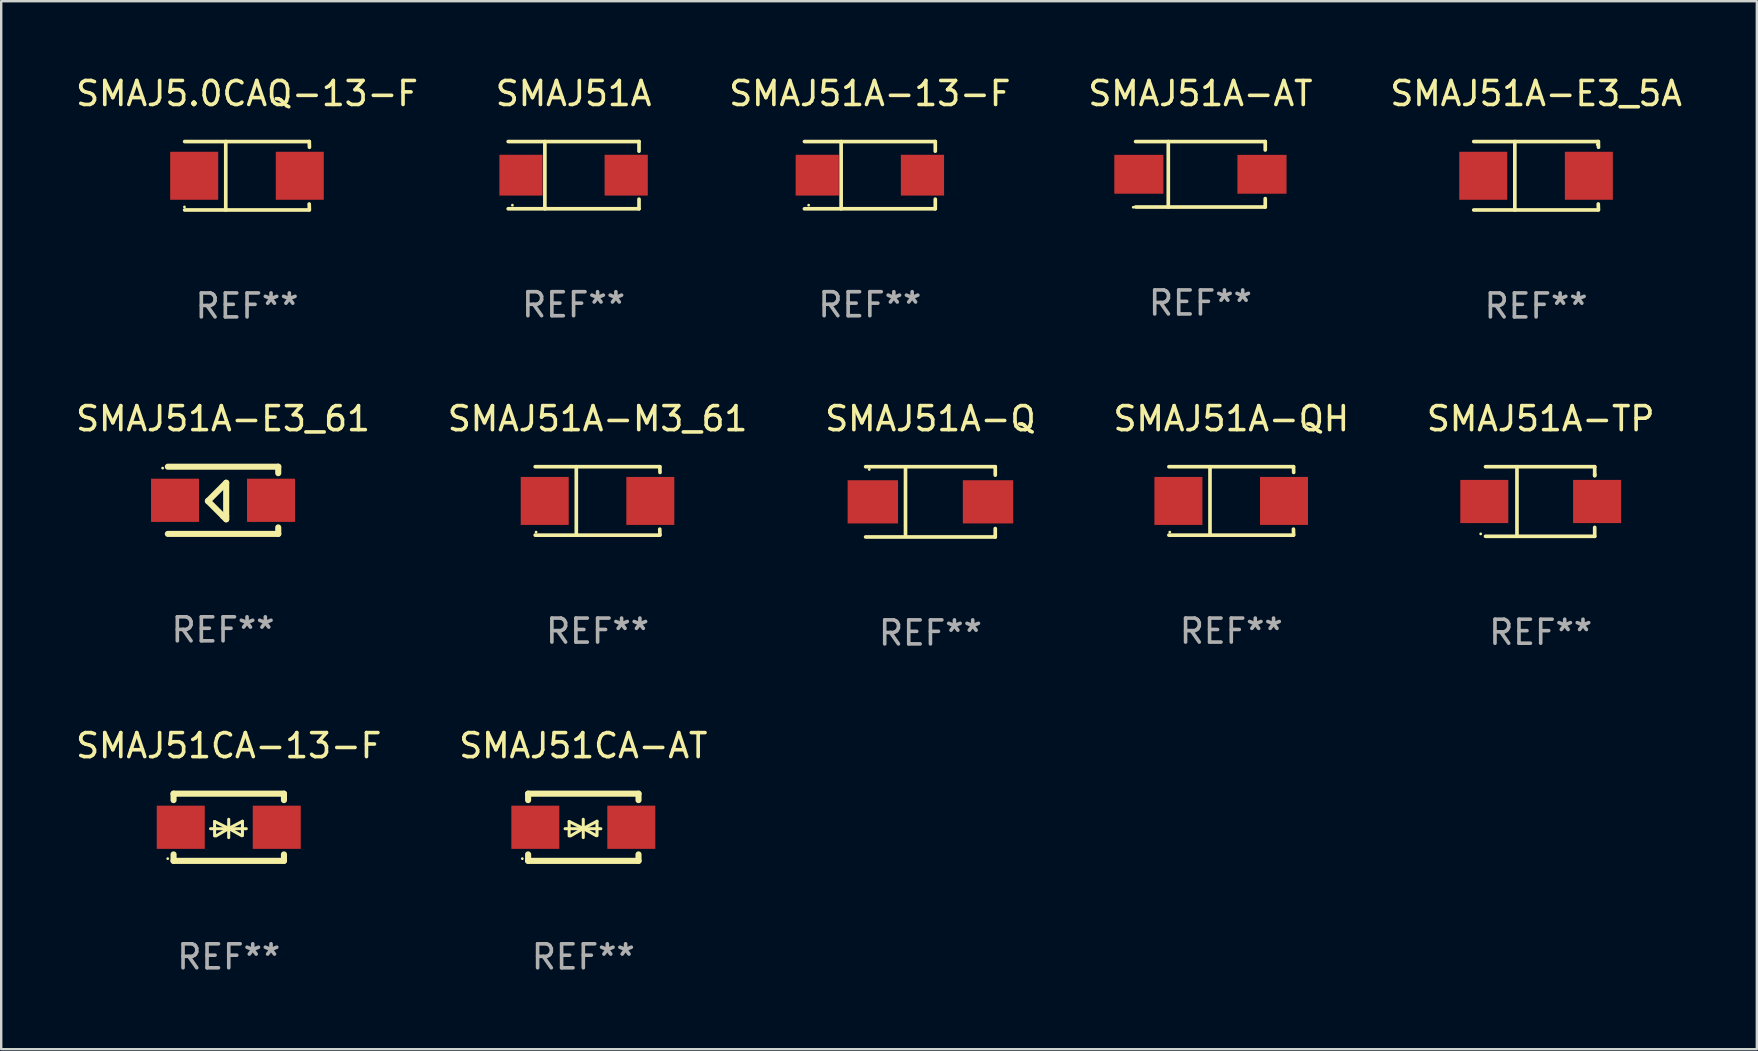
<source format=kicad_pcb>
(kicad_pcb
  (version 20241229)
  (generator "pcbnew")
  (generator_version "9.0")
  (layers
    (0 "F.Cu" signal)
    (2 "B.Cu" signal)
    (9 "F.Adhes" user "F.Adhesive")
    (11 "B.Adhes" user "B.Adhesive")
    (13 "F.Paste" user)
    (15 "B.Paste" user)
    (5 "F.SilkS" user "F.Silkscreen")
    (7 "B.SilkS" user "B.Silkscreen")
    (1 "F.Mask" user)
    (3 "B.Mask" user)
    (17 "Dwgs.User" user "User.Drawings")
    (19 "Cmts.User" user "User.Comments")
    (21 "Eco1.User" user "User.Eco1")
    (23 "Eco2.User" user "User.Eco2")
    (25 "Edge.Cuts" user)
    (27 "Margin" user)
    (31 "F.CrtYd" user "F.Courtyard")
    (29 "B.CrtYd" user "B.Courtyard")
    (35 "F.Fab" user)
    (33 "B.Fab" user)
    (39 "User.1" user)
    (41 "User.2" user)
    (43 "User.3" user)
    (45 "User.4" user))
  (footprint "SMAJ51CA-AT"
    (layer "F.Cu")
    (at 21.256 31.421)
    (property "Reference" "SMAJ51CA-AT" (at 0 -3.4 0) (layer "F.SilkS") (effects (font (size 1 1) (thickness 0.15))))
    (attr through_hole)
    (fp_line (start -2.3 -1.4) (end -2.3 -1.131) (stroke (width 0.254) (type solid)) (layer "F.SilkS"))
    (fp_line (start -2.3 -1.4) (end 2.3 -1.4) (stroke (width 0.254) (type solid)) (layer "F.SilkS"))
    (fp_line (start -2.3 1.131) (end -2.3 1.4) (stroke (width 0.254) (type solid)) (layer "F.SilkS"))
    (fp_line (start -2.3 1.4) (end 2.3 1.4) (stroke (width 0.254) (type solid)) (layer "F.SilkS"))
    (fp_line (start -0.76 0.06) (end 0.73 0.06) (stroke (width 0.127) (type solid)) (layer "F.SilkS"))
    (fp_line (start -0.59 -0.24) (end -0.59 0.36) (stroke (width 0.127) (type solid)) (layer "F.SilkS"))
    (fp_line (start -0.59 -0.24) (end -0.002 0.049) (stroke (width 0.127) (type solid)) (layer "F.SilkS"))
    (fp_line (start -0.53 0.36) (end -0.002 0.049) (stroke (width 0.127) (type solid)) (layer "F.SilkS"))
    (fp_line (start -0.002 0.049) (end -0.002 -0.332) (stroke (width 0.127) (type solid)) (layer "F.SilkS"))
    (fp_line (start -0.002 0.049) (end -0.002 0.43) (stroke (width 0.127) (type solid)) (layer "F.SilkS"))
    (fp_line (start 0.54 0.35) (end -0.002 0.049) (stroke (width 0.127) (type solid)) (layer "F.SilkS"))
    (fp_line (start 0.57 -0.25) (end -0.002 0.049) (stroke (width 0.127) (type solid)) (layer "F.SilkS"))
    (fp_line (start 0.57 -0.25) (end 0.57 0.35) (stroke (width 0.127) (type solid)) (layer "F.SilkS"))
    (fp_line (start 2.3 -1.4) (end 2.3 -1.131) (stroke (width 0.254) (type solid)) (layer "F.SilkS"))
    (fp_line (start 2.3 1.131) (end 2.3 1.4) (stroke (width 0.254) (type solid)) (layer "F.SilkS"))
    (fp_circle (center -2.542 1.308) (end -2.512 1.308) (stroke (width 0.06) (type solid)) (fill no) (layer "F.SilkS"))
    (fp_text user "REF**" (at 0 5.4 0) (layer "F.Fab") (effects (font (size 1 1) (thickness 0.15))))
    (pad "1" smd rect (at -2 0) (size 2 1.8) (layers "F.Cu" "F.Mask" "F.Paste"))
    (pad "2" smd rect (at 2 0) (size 2 1.8) (layers "F.Cu" "F.Mask" "F.Paste")))
  (footprint "SMAJ51A"
    (layer "F.Cu")
    (at 20.851 4.249)
    (property "Reference" "SMAJ51A" (at 0 -3.401 0) (layer "F.SilkS") (effects (font (size 1 1) (thickness 0.15))))
    (attr through_hole)
    (fp_line (start -2.726 -1.401) (end 2.726 -1.401) (stroke (width 0.152) (type solid)) (layer "F.SilkS"))
    (fp_line (start -2.726 1.401) (end 2.726 1.401) (stroke (width 0.152) (type solid)) (layer "F.SilkS"))
    (fp_line (start -1.197 -1.401) (end -1.197 1.401) (stroke (width 0.152) (type solid)) (layer "F.SilkS"))
    (fp_line (start 2.726 -1.401) (end 2.726 -1) (stroke (width 0.152) (type solid)) (layer "F.SilkS"))
    (fp_line (start 2.726 1.401) (end 2.726 1) (stroke (width 0.152) (type solid)) (layer "F.SilkS"))
    (fp_circle (center -2.55 1.25) (end -2.52 1.25) (stroke (width 0.06) (type solid)) (fill no) (layer "F.SilkS"))
    (fp_text user "REF**" (at 0 5.401 0) (layer "F.Fab") (effects (font (size 1 1) (thickness 0.15))))
    (pad "1" smd rect (at -2.192 0) (size 1.8 1.7) (layers "F.Cu" "F.Mask" "F.Paste"))
    (pad "2" smd rect (at 2.192 0) (size 1.8 1.7) (layers "F.Cu" "F.Mask" "F.Paste")))
  (footprint "SMAJ51A-QH"
    (layer "F.Cu")
    (at 48.256 17.823)
    (property "Reference" "SMAJ51A-QH" (at 0 -3.426 0) (layer "F.SilkS") (effects (font (size 1 1) (thickness 0.15))))
    (attr through_hole)
    (fp_line (start -2.6 -1.426) (end 2.593 -1.426) (stroke (width 0.152) (type solid)) (layer "F.SilkS"))
    (fp_line (start -2.6 1.426) (end 2.593 1.426) (stroke (width 0.152) (type solid)) (layer "F.SilkS"))
    (fp_line (start -0.887 -1.426) (end -0.887 1.426) (stroke (width 0.152) (type solid)) (layer "F.SilkS"))
    (fp_line (start 2.59 1.176) (end 2.597 1.415) (stroke (width 0.152) (type solid)) (layer "F.SilkS"))
    (fp_line (start 2.593 -1.426) (end 2.6 -1.187) (stroke (width 0.152) (type solid)) (layer "F.SilkS"))
    (fp_circle (center -2.563 1.3) (end -2.533 1.3) (stroke (width 0.06) (type solid)) (fill no) (layer "F.SilkS"))
    (fp_text user "REF**" (at 0 5.426 0) (layer "F.Fab") (effects (font (size 1 1) (thickness 0.15))))
    (pad "1" smd rect (at -2.203 -0.000025 180) (size 2 2) (layers "F.Cu" "F.Mask" "F.Paste"))
    (pad "2" smd rect (at 2.197 -0.000025 180) (size 2 2) (layers "F.Cu" "F.Mask" "F.Paste")))
  (footprint "SMAJ51A-13-F"
    (layer "F.Cu")
    (at 33.196 4.249)
    (property "Reference" "SMAJ51A-13-F" (at 0 -3.401 0) (layer "F.SilkS") (effects (font (size 1 1) (thickness 0.15))))
    (attr through_hole)
    (fp_line (start -2.726 -1.401) (end 2.726 -1.401) (stroke (width 0.152) (type solid)) (layer "F.SilkS"))
    (fp_line (start -2.726 1.401) (end 2.726 1.401) (stroke (width 0.152) (type solid)) (layer "F.SilkS"))
    (fp_line (start -1.197 -1.401) (end -1.197 1.401) (stroke (width 0.152) (type solid)) (layer "F.SilkS"))
    (fp_line (start 2.726 -1.401) (end 2.726 -1) (stroke (width 0.152) (type solid)) (layer "F.SilkS"))
    (fp_line (start 2.726 1.401) (end 2.726 1) (stroke (width 0.152) (type solid)) (layer "F.SilkS"))
    (fp_circle (center -2.55 1.25) (end -2.52 1.25) (stroke (width 0.06) (type solid)) (fill no) (layer "F.SilkS"))
    (fp_text user "REF**" (at 0 5.401 0) (layer "F.Fab") (effects (font (size 1 1) (thickness 0.15))))
    (pad "1" smd rect (at -2.192 0) (size 1.8 1.7) (layers "F.Cu" "F.Mask" "F.Paste"))
    (pad "2" smd rect (at 2.192 0) (size 1.8 1.7) (layers "F.Cu" "F.Mask" "F.Paste")))
  (footprint "SMAJ5.0CAQ-13-F"
    (layer "F.Cu")
    (at 7.244 4.274)
    (property "Reference" "SMAJ5.0CAQ-13-F" (at 0 -3.426 0) (layer "F.SilkS") (effects (font (size 1 1) (thickness 0.15))))
    (attr through_hole)
    (fp_line (start -2.6 -1.426) (end 2.593 -1.426) (stroke (width 0.152) (type solid)) (layer "F.SilkS"))
    (fp_line (start -2.6 1.426) (end 2.593 1.426) (stroke (width 0.152) (type solid)) (layer "F.SilkS"))
    (fp_line (start -0.887 -1.426) (end -0.887 1.426) (stroke (width 0.152) (type solid)) (layer "F.SilkS"))
    (fp_line (start 2.59 1.176) (end 2.597 1.415) (stroke (width 0.152) (type solid)) (layer "F.SilkS"))
    (fp_line (start 2.593 -1.426) (end 2.6 -1.187) (stroke (width 0.152) (type solid)) (layer "F.SilkS"))
    (fp_circle (center -2.608 1.3) (end -2.578 1.3) (stroke (width 0.06) (type solid)) (fill no) (layer "F.SilkS"))
    (fp_text user "REF**" (at 0 5.426 0) (layer "F.Fab") (effects (font (size 1 1) (thickness 0.15))))
    (pad "1" smd rect (at -2.203 0 180) (size 2 2) (layers "F.Cu" "F.Mask" "F.Paste"))
    (pad "2" smd rect (at 2.197 0 180) (size 2 2) (layers "F.Cu" "F.Mask" "F.Paste")))
  (footprint "SMAJ51A-TP"
    (layer "F.Cu")
    (at 61.149 17.847)
    (property "Reference" "SMAJ51A-TP" (at 0 -3.45 0) (layer "F.SilkS") (effects (font (size 1 1) (thickness 0.15))))
    (attr through_hole)
    (fp_line (start -2.3 -1.45) (end 2.25 -1.45) (stroke (width 0.152) (type solid)) (layer "F.SilkS"))
    (fp_line (start -0.989 -1.45) (end -0.989 1.45) (stroke (width 0.152) (type solid)) (layer "F.SilkS"))
    (fp_line (start 2.25 -1.45) (end 2.25 -1.08) (stroke (width 0.152) (type solid)) (layer "F.SilkS"))
    (fp_line (start 2.25 -1.08) (end 2.25 -1.142) (stroke (width 0.152) (type solid)) (layer "F.SilkS"))
    (fp_line (start 2.25 1.45) (end -2.3 1.45) (stroke (width 0.152) (type solid)) (layer "F.SilkS"))
    (fp_line (start 2.25 1.45) (end 2.25 1.08) (stroke (width 0.152) (type solid)) (layer "F.SilkS"))
    (fp_circle (center -2.5 1.35) (end -2.47 1.35) (stroke (width 0.06) (type solid)) (fill no) (layer "F.SilkS"))
    (fp_text user "REF**" (at 0 5.45 0) (layer "F.Fab") (effects (font (size 1 1) (thickness 0.15))))
    (pad "1" smd rect (at -2.35 0.000025) (size 2 1.8) (layers "F.Cu" "F.Mask" "F.Paste"))
    (pad "2" smd rect (at 2.35 0.000025) (size 2 1.8) (layers "F.Cu" "F.Mask" "F.Paste")))
  (footprint "SMAJ51A-Q"
    (layer "F.Cu")
    (at 35.72 17.861)
    (property "Reference" "SMAJ51A-Q" (at 0 -3.464 0) (layer "F.SilkS") (effects (font (size 1 1) (thickness 0.15))))
    (attr through_hole)
    (fp_line (start -2.701 -1.464) (end 2.701 -1.464) (stroke (width 0.152) (type solid)) (layer "F.SilkS"))
    (fp_line (start -2.701 1.464) (end 2.701 1.464) (stroke (width 0.152) (type solid)) (layer "F.SilkS"))
    (fp_line (start -1.039 -1.364) (end -1.039 1.364) (stroke (width 0.152) (type solid)) (layer "F.SilkS"))
    (fp_line (start 2.701 -1.464) (end 2.701 -1.113) (stroke (width 0.152) (type solid)) (layer "F.SilkS"))
    (fp_line (start 2.701 1.464) (end 2.701 1.113) (stroke (width 0.152) (type solid)) (layer "F.SilkS"))
    (fp_circle (center -2.55 -1.35) (end -2.52 -1.35) (stroke (width 0.06) (type solid)) (fill no) (layer "F.SilkS"))
    (fp_text user "REF**" (at 0 5.464 0) (layer "F.Fab") (effects (font (size 1 1) (thickness 0.15))))
    (pad "1" smd rect (at -2.4 0) (size 2.1 1.8) (layers "F.Cu" "F.Mask" "F.Paste"))
    (pad "2" smd rect (at 2.4 0) (size 2.1 1.8) (layers "F.Cu" "F.Mask" "F.Paste")))
  (footprint "SMAJ51A-AT"
    (layer "F.Cu")
    (at 46.97 4.212)
    (property "Reference" "SMAJ51A-AT" (at 0 -3.364 0) (layer "F.SilkS") (effects (font (size 1 1) (thickness 0.15))))
    (attr through_hole)
    (fp_line (start -2.701 -1.364) (end 2.701 -1.364) (stroke (width 0.152) (type solid)) (layer "F.SilkS"))
    (fp_line (start -2.701 1.364) (end 2.701 1.364) (stroke (width 0.152) (type solid)) (layer "F.SilkS"))
    (fp_line (start -1.339 -1.364) (end -1.339 1.364) (stroke (width 0.152) (type solid)) (layer "F.SilkS"))
    (fp_line (start 2.701 -1.364) (end 2.701 -1.013) (stroke (width 0.152) (type solid)) (layer "F.SilkS"))
    (fp_line (start 2.701 1.364) (end 2.701 1.013) (stroke (width 0.152) (type solid)) (layer "F.SilkS"))
    (fp_circle (center -2.8 1.375) (end -2.77 1.375) (stroke (width 0.06) (type solid)) (fill no) (layer "F.SilkS"))
    (fp_text user "REF**" (at 0 5.364 0) (layer "F.Fab") (effects (font (size 1 1) (thickness 0.15))))
    (pad "1" smd rect (at -2.565 -0.000025) (size 2.046 1.62) (layers "F.Cu" "F.Mask" "F.Paste"))
    (pad "2" smd rect (at 2.565 -0.000025) (size 2.046 1.62) (layers "F.Cu" "F.Mask" "F.Paste")))
  (footprint "SMAJ51A-E3_61"
    (layer "F.Cu")
    (at 6.244 17.797)
    (property "Reference" "SMAJ51A-E3_61" (at 0 -3.4 0) (layer "F.SilkS") (effects (font (size 1 1) (thickness 0.15))))
    (attr through_hole)
    (fp_line (start -2.3 -1.4) (end 2.3 -1.4) (stroke (width 0.254) (type solid)) (layer "F.SilkS"))
    (fp_line (start -2.3 1.4) (end 2.3 1.4) (stroke (width 0.254) (type solid)) (layer "F.SilkS"))
    (fp_line (start -0.631 0.03) (end 0.131 -0.732) (stroke (width 0.254) (type solid)) (layer "F.SilkS"))
    (fp_line (start 0.004 0.665) (end -0.631 0.03) (stroke (width 0.254) (type solid)) (layer "F.SilkS"))
    (fp_line (start 0.131 -0.732) (end 0.131 0.665) (stroke (width 0.254) (type solid)) (layer "F.SilkS"))
    (fp_line (start 0.131 0.665) (end 0.131 0.792) (stroke (width 0.254) (type solid)) (layer "F.SilkS"))
    (fp_line (start 0.131 0.792) (end 0.004 0.665) (stroke (width 0.254) (type solid)) (layer "F.SilkS"))
    (fp_line (start 2.3 -1.4) (end 2.3 -1.131) (stroke (width 0.254) (type solid)) (layer "F.SilkS"))
    (fp_line (start 2.3 1.131) (end 2.3 1.4) (stroke (width 0.254) (type solid)) (layer "F.SilkS"))
    (fp_circle (center -2.517 -1.342) (end -2.487 -1.342) (stroke (width 0.06) (type solid)) (fill no) (layer "F.SilkS"))
    (fp_text user "REF**" (at 0 5.4 0) (layer "F.Fab") (effects (font (size 1 1) (thickness 0.15))))
    (pad "1" smd rect (at -2 -0.000127) (size 2 1.8) (layers "F.Cu" "F.Mask" "F.Paste"))
    (pad "2" smd rect (at 2 -0.000127) (size 2 1.8) (layers "F.Cu" "F.Mask" "F.Paste")))
  (footprint "SMAJ51A-M3_61"
    (layer "F.Cu")
    (at 21.851 17.823)
    (property "Reference" "SMAJ51A-M3_61" (at 0 -3.426 0) (layer "F.SilkS") (effects (font (size 1 1) (thickness 0.15))))
    (attr through_hole)
    (fp_line (start -2.6 -1.426) (end 2.593 -1.426) (stroke (width 0.152) (type solid)) (layer "F.SilkS"))
    (fp_line (start -2.6 1.426) (end 2.593 1.426) (stroke (width 0.152) (type solid)) (layer "F.SilkS"))
    (fp_line (start -0.887 -1.426) (end -0.887 1.426) (stroke (width 0.152) (type solid)) (layer "F.SilkS"))
    (fp_line (start 2.59 1.176) (end 2.597 1.415) (stroke (width 0.152) (type solid)) (layer "F.SilkS"))
    (fp_line (start 2.593 -1.426) (end 2.6 -1.187) (stroke (width 0.152) (type solid)) (layer "F.SilkS"))
    (fp_circle (center -2.563 1.3) (end -2.533 1.3) (stroke (width 0.06) (type solid)) (fill no) (layer "F.SilkS"))
    (fp_text user "REF**" (at 0 5.426 0) (layer "F.Fab") (effects (font (size 1 1) (thickness 0.15))))
    (pad "1" smd rect (at -2.203 -0.000025 180) (size 2 2) (layers "F.Cu" "F.Mask" "F.Paste"))
    (pad "2" smd rect (at 2.197 -0.000025 180) (size 2 2) (layers "F.Cu" "F.Mask" "F.Paste")))
  (footprint "SMAJ51CA-13-F"
    (layer "F.Cu")
    (at 6.482 31.421)
    (property "Reference" "SMAJ51CA-13-F" (at 0 -3.4 0) (layer "F.SilkS") (effects (font (size 1 1) (thickness 0.15))))
    (attr through_hole)
    (fp_line (start -2.3 -1.4) (end -2.3 -1.131) (stroke (width 0.254) (type solid)) (layer "F.SilkS"))
    (fp_line (start -2.3 -1.4) (end 2.3 -1.4) (stroke (width 0.254) (type solid)) (layer "F.SilkS"))
    (fp_line (start -2.3 1.131) (end -2.3 1.4) (stroke (width 0.254) (type solid)) (layer "F.SilkS"))
    (fp_line (start -2.3 1.4) (end 2.3 1.4) (stroke (width 0.254) (type solid)) (layer "F.SilkS"))
    (fp_line (start -0.76 0.06) (end 0.73 0.06) (stroke (width 0.127) (type solid)) (layer "F.SilkS"))
    (fp_line (start -0.59 -0.24) (end -0.59 0.36) (stroke (width 0.127) (type solid)) (layer "F.SilkS"))
    (fp_line (start -0.59 -0.24) (end -0.002 0.049) (stroke (width 0.127) (type solid)) (layer "F.SilkS"))
    (fp_line (start -0.53 0.36) (end -0.002 0.049) (stroke (width 0.127) (type solid)) (layer "F.SilkS"))
    (fp_line (start -0.002 0.049) (end -0.002 -0.332) (stroke (width 0.127) (type solid)) (layer "F.SilkS"))
    (fp_line (start -0.002 0.049) (end -0.002 0.43) (stroke (width 0.127) (type solid)) (layer "F.SilkS"))
    (fp_line (start 0.54 0.35) (end -0.002 0.049) (stroke (width 0.127) (type solid)) (layer "F.SilkS"))
    (fp_line (start 0.57 -0.25) (end -0.002 0.049) (stroke (width 0.127) (type solid)) (layer "F.SilkS"))
    (fp_line (start 0.57 -0.25) (end 0.57 0.35) (stroke (width 0.127) (type solid)) (layer "F.SilkS"))
    (fp_line (start 2.3 -1.4) (end 2.3 -1.131) (stroke (width 0.254) (type solid)) (layer "F.SilkS"))
    (fp_line (start 2.3 1.131) (end 2.3 1.4) (stroke (width 0.254) (type solid)) (layer "F.SilkS"))
    (fp_circle (center -2.542 1.308) (end -2.512 1.308) (stroke (width 0.06) (type solid)) (fill no) (layer "F.SilkS"))
    (fp_text user "REF**" (at 0 5.4 0) (layer "F.Fab") (effects (font (size 1 1) (thickness 0.15))))
    (pad "1" smd rect (at -2 0) (size 2 1.8) (layers "F.Cu" "F.Mask" "F.Paste"))
    (pad "2" smd rect (at 2 0) (size 2 1.8) (layers "F.Cu" "F.Mask" "F.Paste")))
  (footprint "SMAJ51A-E3_5A"
    (layer "F.Cu")
    (at 60.958 4.274)
    (property "Reference" "SMAJ51A-E3_5A" (at 0 -3.426 0) (layer "F.SilkS") (effects (font (size 1 1) (thickness 0.15))))
    (attr through_hole)
    (fp_line (start -2.6 -1.426) (end 2.593 -1.426) (stroke (width 0.152) (type solid)) (layer "F.SilkS"))
    (fp_line (start -2.6 1.426) (end 2.593 1.426) (stroke (width 0.152) (type solid)) (layer "F.SilkS"))
    (fp_line (start -0.887 -1.426) (end -0.887 1.426) (stroke (width 0.152) (type solid)) (layer "F.SilkS"))
    (fp_line (start 2.59 1.176) (end 2.597 1.415) (stroke (width 0.152) (type solid)) (layer "F.SilkS"))
    (fp_line (start 2.593 -1.426) (end 2.6 -1.187) (stroke (width 0.152) (type solid)) (layer "F.SilkS"))
    (fp_circle (center 2.547 -1.3) (end 2.577 -1.3) (stroke (width 0.06) (type solid)) (fill no) (layer "F.SilkS"))
    (fp_text user "REF**" (at 0 5.426 0) (layer "F.Fab") (effects (font (size 1 1) (thickness 0.15))))
    (pad "1" smd rect (at 2.197 -0.000025 180) (size 2 2) (layers "F.Cu" "F.Mask" "F.Paste"))
    (pad "2" smd rect (at -2.203 -0.000025 180) (size 2 2) (layers "F.Cu" "F.Mask" "F.Paste")))
  (gr_rect
    (start -3 -3)
    (end 70.155 40.669)
    (stroke (width 0.1) (type default))
    (fill no)
    (layer "Edge.Cuts")))
</source>
